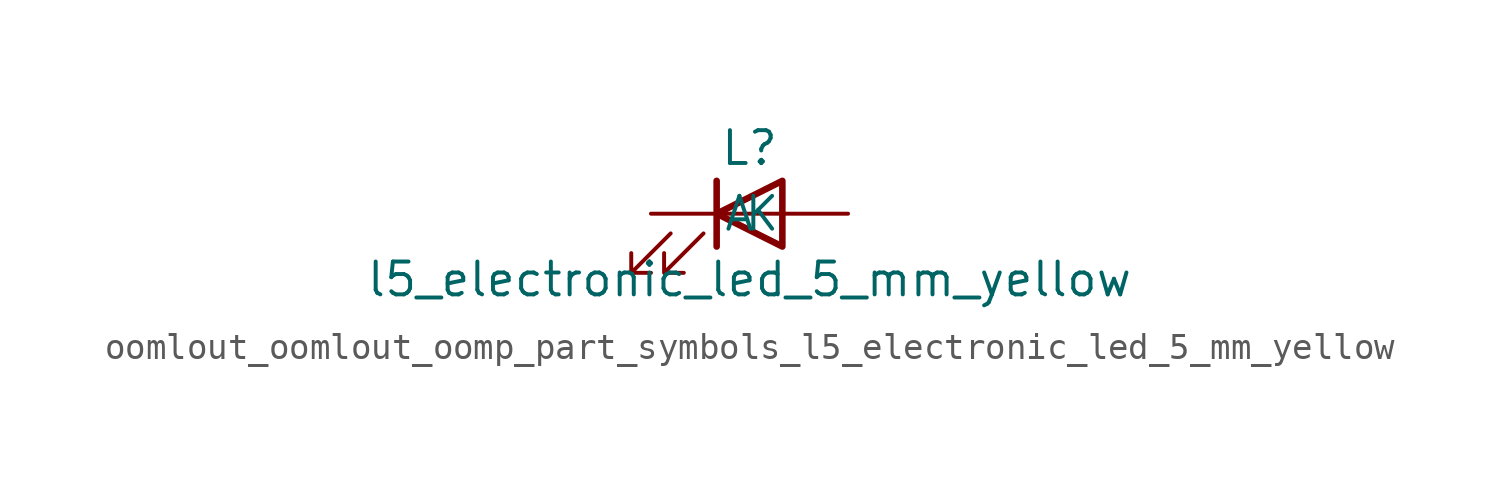
<source format=kicad_sym>
(kicad_symbol_lib
  (version 20220914)
  (generator kicad_symbol_editor)
  (symbol "oomlout_oomlout_oomp_part_symbols_l5_electronic_led_5_mm_yellow"
    (pin_numbers hide)
    (pin_names
      (offset 1.016))
    (property "Reference" "L"
      (at 0 2.54 0)
      (effects (font (size 1.27 1.27))))
    (property "Value" "l5_electronic_led_5_mm_yellow"
      (at 0 -2.54 0)
      (effects (font (size 1.27 1.27))))
    (symbol "oomlout_oomlout_oomp_part_symbols_l5_electronic_led_5_mm_yellow_0_1"
      (polyline (pts (xy -1.27 -1.27) (xy -1.27 1.27)) (stroke (width 0.254) (type default)) (fill (type none)))
      (polyline (pts (xy -1.27 0) (xy 1.27 0)) (stroke (width 0) (type default)) (fill (type none)))
      (polyline (pts (xy 1.27 -1.27) (xy 1.27 1.27) (xy -1.27 0) (xy 1.27 -1.27)) (stroke (width 0.254) (type default)) (fill (type none)))
      (polyline (pts (xy -3.048 -0.762) (xy -4.572 -2.286) (xy -3.81 -2.286) (xy -4.572 -2.286) (xy -4.572 -1.524)) (stroke (width 0) (type default)) (fill (type none)))
      (polyline (pts (xy -1.778 -0.762) (xy -3.302 -2.286) (xy -2.54 -2.286) (xy -3.302 -2.286) (xy -3.302 -1.524)) (stroke (width 0) (type default)) (fill (type none))))
    (symbol "oomlout_oomlout_oomp_part_symbols_l5_electronic_led_5_mm_yellow_1_1"
      (pin passive line (at -3.81 0 0) (length 2.54) (name "K" (effects (font (size 1.27 1.27)))) (number "1" (effects (font (size 1.27 1.27)))))
      (pin passive line (at 3.81 0 180) (length 2.54) (name "A" (effects (font (size 1.27 1.27)))) (number "2" (effects (font (size 1.27 1.27))))))))
</source>
